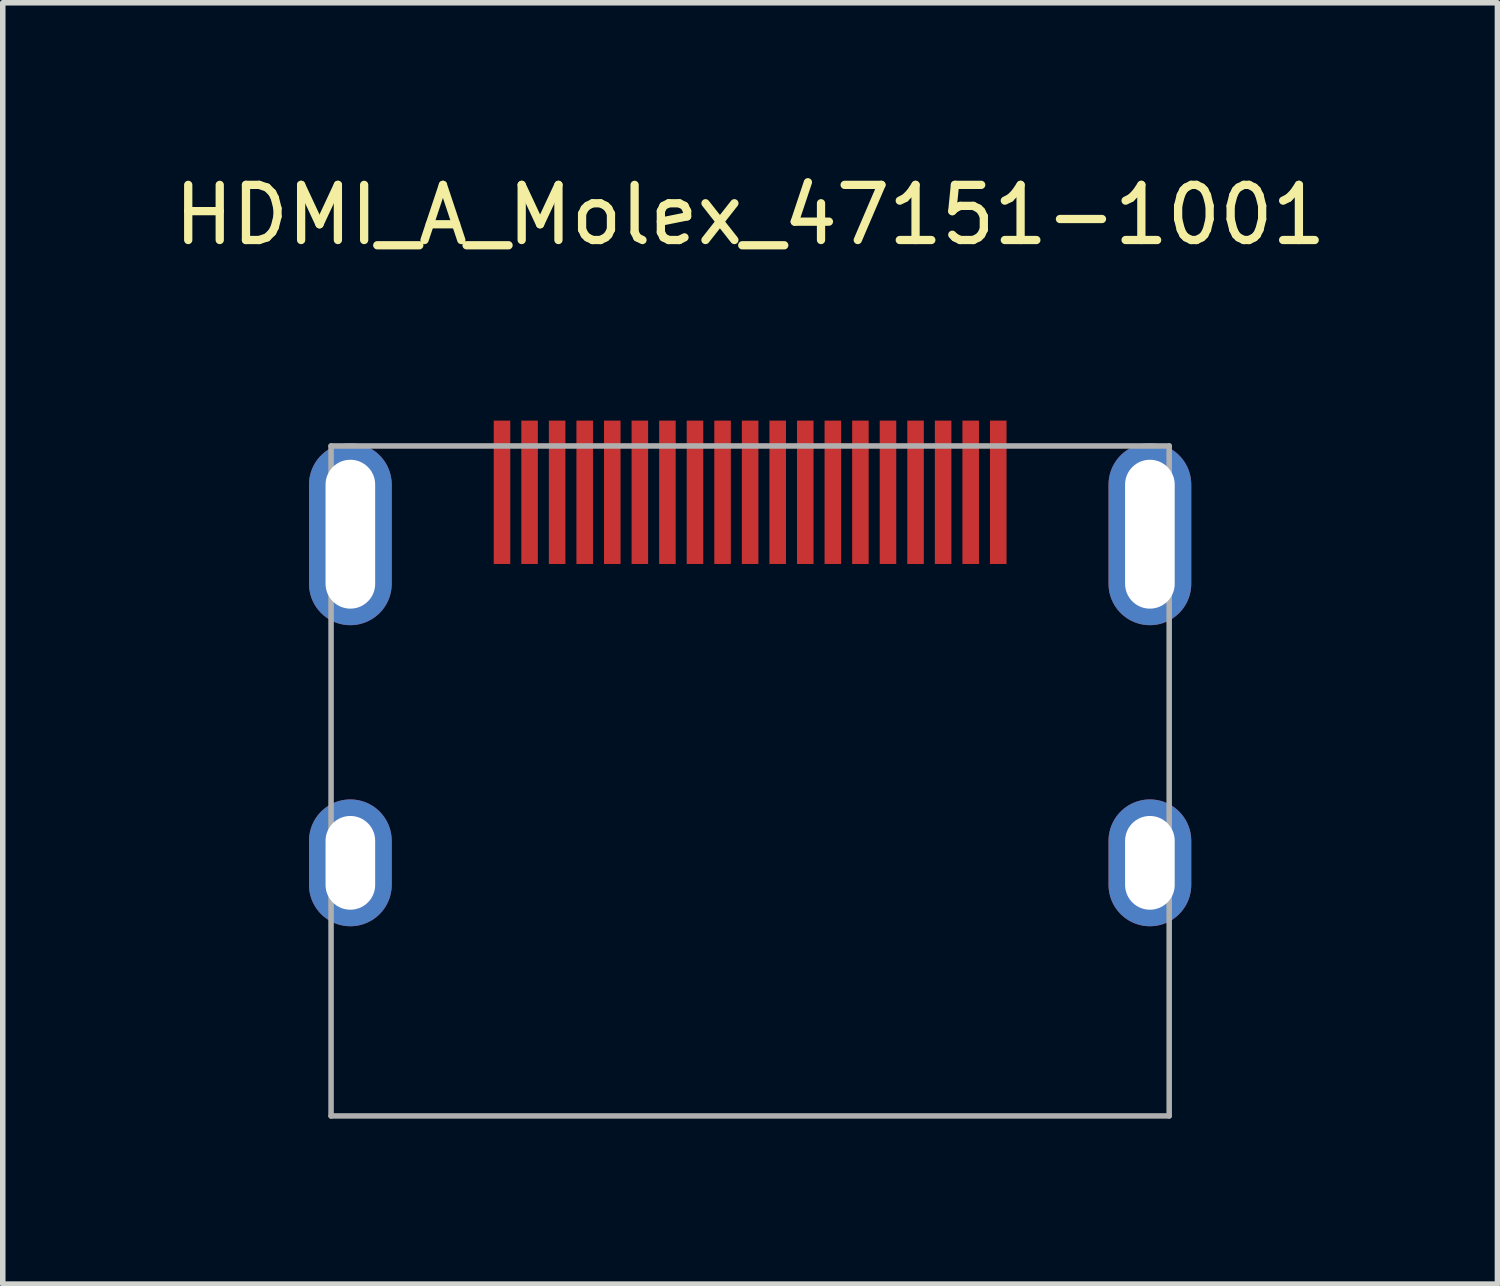
<source format=kicad_pcb>
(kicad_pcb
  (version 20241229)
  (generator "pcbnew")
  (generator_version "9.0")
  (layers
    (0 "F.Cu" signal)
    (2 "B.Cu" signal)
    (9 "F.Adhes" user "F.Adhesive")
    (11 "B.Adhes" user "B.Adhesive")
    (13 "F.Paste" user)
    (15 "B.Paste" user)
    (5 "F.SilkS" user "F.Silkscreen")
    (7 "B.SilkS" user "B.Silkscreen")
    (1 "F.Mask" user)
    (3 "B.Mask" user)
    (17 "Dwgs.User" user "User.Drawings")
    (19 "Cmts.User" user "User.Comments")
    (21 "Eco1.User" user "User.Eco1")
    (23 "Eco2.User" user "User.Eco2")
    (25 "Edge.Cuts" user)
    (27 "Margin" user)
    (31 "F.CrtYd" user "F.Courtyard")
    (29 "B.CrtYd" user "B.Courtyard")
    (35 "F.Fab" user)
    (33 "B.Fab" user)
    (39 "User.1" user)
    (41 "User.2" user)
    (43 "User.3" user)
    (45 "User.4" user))
  (footprint "HDMI_A_Molex_47151-1001"
    (layer "F.Cu")
    (at 10.554 12.598)
    (property "Reference" "HDMI_A_Molex_47151-1001" (at 0 -11.75 0) (layer "F.SilkS") (effects (font (size 1 1) (thickness 0.15))))
    (attr smd)
    (fp_line (start -7.6 -7.56) (end -7.6 4.59) (stroke (width 0.1) (type solid)) (layer "F.Fab"))
    (fp_line (start -7.6 -7.56) (end 7.6 -7.56) (stroke (width 0.1) (type solid)) (layer "F.Fab"))
    (fp_line (start -7.6 4.59) (end 7.6 4.59) (stroke (width 0.1) (type solid)) (layer "F.Fab"))
    (fp_line (start 7.6 -7.56) (end 7.6 4.59) (stroke (width 0.1) (type solid)) (layer "F.Fab"))
    (pad "1" smd rect (at 4.5 -6.72) (size 0.3 2.6) (layers "F.Cu" "F.Mask" "F.Paste"))
    (pad "2" smd rect (at 4 -6.72) (size 0.3 2.6) (layers "F.Cu" "F.Mask" "F.Paste"))
    (pad "3" smd rect (at 3.5 -6.72) (size 0.3 2.6) (layers "F.Cu" "F.Mask" "F.Paste"))
    (pad "4" smd rect (at 3 -6.72) (size 0.3 2.6) (layers "F.Cu" "F.Mask" "F.Paste"))
    (pad "5" smd rect (at 2.5 -6.72) (size 0.3 2.6) (layers "F.Cu" "F.Mask" "F.Paste"))
    (pad "6" smd rect (at 2 -6.72) (size 0.3 2.6) (layers "F.Cu" "F.Mask" "F.Paste"))
    (pad "7" smd rect (at 1.5 -6.72) (size 0.3 2.6) (layers "F.Cu" "F.Mask" "F.Paste"))
    (pad "8" smd rect (at 1 -6.72) (size 0.3 2.6) (layers "F.Cu" "F.Mask" "F.Paste"))
    (pad "9" smd rect (at 0.5 -6.72) (size 0.3 2.6) (layers "F.Cu" "F.Mask" "F.Paste"))
    (pad "10" smd rect (at 0 -6.72) (size 0.3 2.6) (layers "F.Cu" "F.Mask" "F.Paste"))
    (pad "11" smd rect (at -0.5 -6.72) (size 0.3 2.6) (layers "F.Cu" "F.Mask" "F.Paste"))
    (pad "12" smd rect (at -1 -6.72) (size 0.3 2.6) (layers "F.Cu" "F.Mask" "F.Paste"))
    (pad "13" smd rect (at -1.5 -6.72) (size 0.3 2.6) (layers "F.Cu" "F.Mask" "F.Paste"))
    (pad "14" smd rect (at -2 -6.72) (size 0.3 2.6) (layers "F.Cu" "F.Mask" "F.Paste"))
    (pad "15" smd rect (at -2.5 -6.72) (size 0.3 2.6) (layers "F.Cu" "F.Mask" "F.Paste"))
    (pad "16" smd rect (at -3 -6.72) (size 0.3 2.6) (layers "F.Cu" "F.Mask" "F.Paste"))
    (pad "17" smd rect (at -3.5 -6.72) (size 0.3 2.6) (layers "F.Cu" "F.Mask" "F.Paste"))
    (pad "18" smd rect (at -4 -6.72) (size 0.3 2.6) (layers "F.Cu" "F.Mask" "F.Paste"))
    (pad "19" smd rect (at -4.5 -6.72) (size 0.3 2.6) (layers "F.Cu" "F.Mask" "F.Paste"))
    (pad "SH" thru_hole oval (at -7.25 -5.96) (size 1.5 3.3) (drill oval 0.9 2.7) (layers "*.Cu" "*.Mask"))
    (pad "SH" thru_hole oval (at -7.25 0) (size 1.5 2.3) (drill oval 0.9 1.7) (layers "*.Cu" "*.Mask"))
    (pad "SH" thru_hole oval (at 7.25 -5.96) (size 1.5 3.3) (drill oval 0.9 2.7) (layers "*.Cu" "*.Mask"))
    (pad "SH" thru_hole oval (at 7.25 0) (size 1.5 2.3) (drill oval 0.9 1.7) (layers "*.Cu" "*.Mask")))
  (gr_rect
    (start -3 -3)
    (end 24.107 20.238)
    (stroke (width 0.1) (type default))
    (fill no)
    (layer "Edge.Cuts")))
</source>
